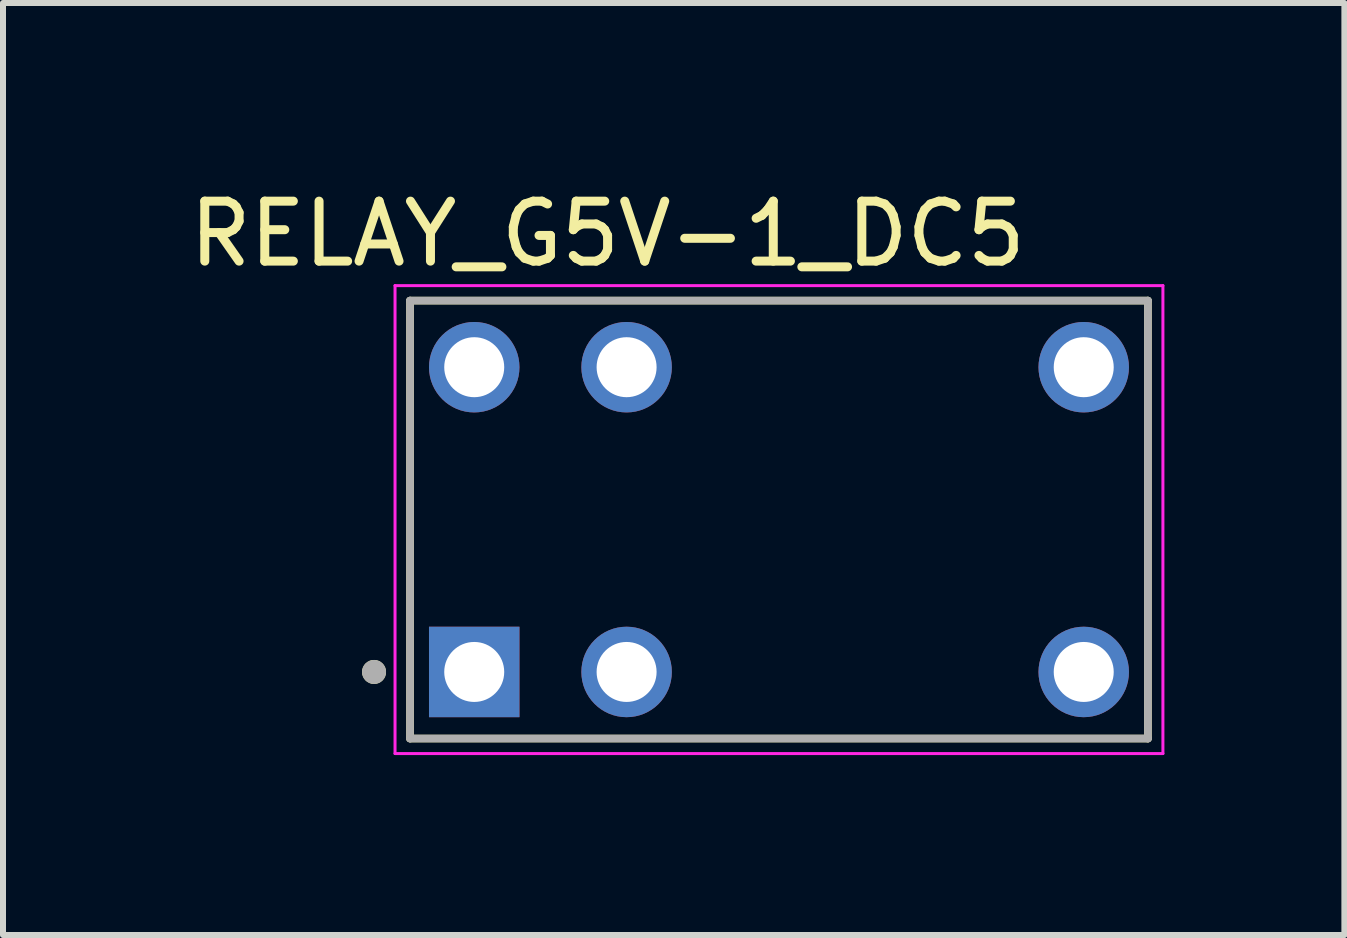
<source format=kicad_pcb>
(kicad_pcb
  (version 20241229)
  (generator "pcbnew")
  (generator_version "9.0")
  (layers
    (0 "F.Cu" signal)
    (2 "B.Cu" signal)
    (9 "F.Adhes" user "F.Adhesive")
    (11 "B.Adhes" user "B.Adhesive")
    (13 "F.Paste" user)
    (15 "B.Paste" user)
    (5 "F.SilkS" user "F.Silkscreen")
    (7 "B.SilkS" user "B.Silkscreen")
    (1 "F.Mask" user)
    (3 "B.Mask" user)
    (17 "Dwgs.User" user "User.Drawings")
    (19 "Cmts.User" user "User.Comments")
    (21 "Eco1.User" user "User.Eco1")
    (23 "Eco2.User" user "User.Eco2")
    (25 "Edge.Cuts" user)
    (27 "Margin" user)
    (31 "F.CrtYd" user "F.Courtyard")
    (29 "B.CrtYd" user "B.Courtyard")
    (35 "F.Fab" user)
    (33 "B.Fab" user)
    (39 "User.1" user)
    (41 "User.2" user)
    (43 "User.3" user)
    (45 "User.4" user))
  (footprint "RELAY_G5V-1_DC5"
    (layer "F.Cu")
    (at 9.935 5.611)
    (property "Reference" "RELAY_G5V-1_DC5" (at -2.857 -4.763 0) (layer "F.SilkS") (effects (font (size 1 1) (thickness 0.15))))
    (attr through_hole)
    (fp_line (start -6.15 -3.65) (end 6.15 -3.65) (stroke (width 0.127) (type solid)) (layer "F.SilkS"))
    (fp_line (start -6.15 3.65) (end -6.15 -3.65) (stroke (width 0.127) (type solid)) (layer "F.SilkS"))
    (fp_line (start 6.15 -3.65) (end 6.15 3.65) (stroke (width 0.127) (type solid)) (layer "F.SilkS"))
    (fp_line (start 6.15 3.65) (end -6.15 3.65) (stroke (width 0.127) (type solid)) (layer "F.SilkS"))
    (fp_circle (center -6.75 2.54) (end -6.65 2.54) (stroke (width 0.2) (type solid)) (fill no) (layer "F.SilkS"))
    (fp_line (start -6.4 -3.9) (end 6.4 -3.9) (stroke (width 0.05) (type solid)) (layer "F.CrtYd"))
    (fp_line (start -6.4 3.9) (end -6.4 -3.9) (stroke (width 0.05) (type solid)) (layer "F.CrtYd"))
    (fp_line (start 6.4 -3.9) (end 6.4 3.9) (stroke (width 0.05) (type solid)) (layer "F.CrtYd"))
    (fp_line (start 6.4 3.9) (end -6.4 3.9) (stroke (width 0.05) (type solid)) (layer "F.CrtYd"))
    (fp_line (start -6.15 -3.65) (end 6.15 -3.65) (stroke (width 0.127) (type solid)) (layer "F.Fab"))
    (fp_line (start -6.15 3.65) (end -6.15 -3.65) (stroke (width 0.127) (type solid)) (layer "F.Fab"))
    (fp_line (start 6.15 -3.65) (end 6.15 3.65) (stroke (width 0.127) (type solid)) (layer "F.Fab"))
    (fp_line (start 6.15 3.65) (end -6.15 3.65) (stroke (width 0.127) (type solid)) (layer "F.Fab"))
    (fp_circle (center -6.75 2.54) (end -6.65 2.54) (stroke (width 0.2) (type solid)) (fill no) (layer "F.Fab"))
    (pad "1" thru_hole rect (at -5.08 2.54) (size 1.508 1.508) (drill 1) (layers "*.Cu" "*.Mask"))
    (pad "2" thru_hole circle (at -2.54 2.54) (size 1.508 1.508) (drill 1) (layers "*.Cu" "*.Mask"))
    (pad "5" thru_hole circle (at 5.08 2.54) (size 1.508 1.508) (drill 1) (layers "*.Cu" "*.Mask"))
    (pad "6" thru_hole circle (at 5.08 -2.54) (size 1.508 1.508) (drill 1) (layers "*.Cu" "*.Mask"))
    (pad "9" thru_hole circle (at -2.54 -2.54) (size 1.508 1.508) (drill 1) (layers "*.Cu" "*.Mask"))
    (pad "10" thru_hole circle (at -5.08 -2.54) (size 1.508 1.508) (drill 1) (layers "*.Cu" "*.Mask")))
  (gr_rect
    (start -3 -3)
    (end 19.36 12.536)
    (stroke (width 0.1) (type default))
    (fill no)
    (layer "Edge.Cuts")))
</source>
